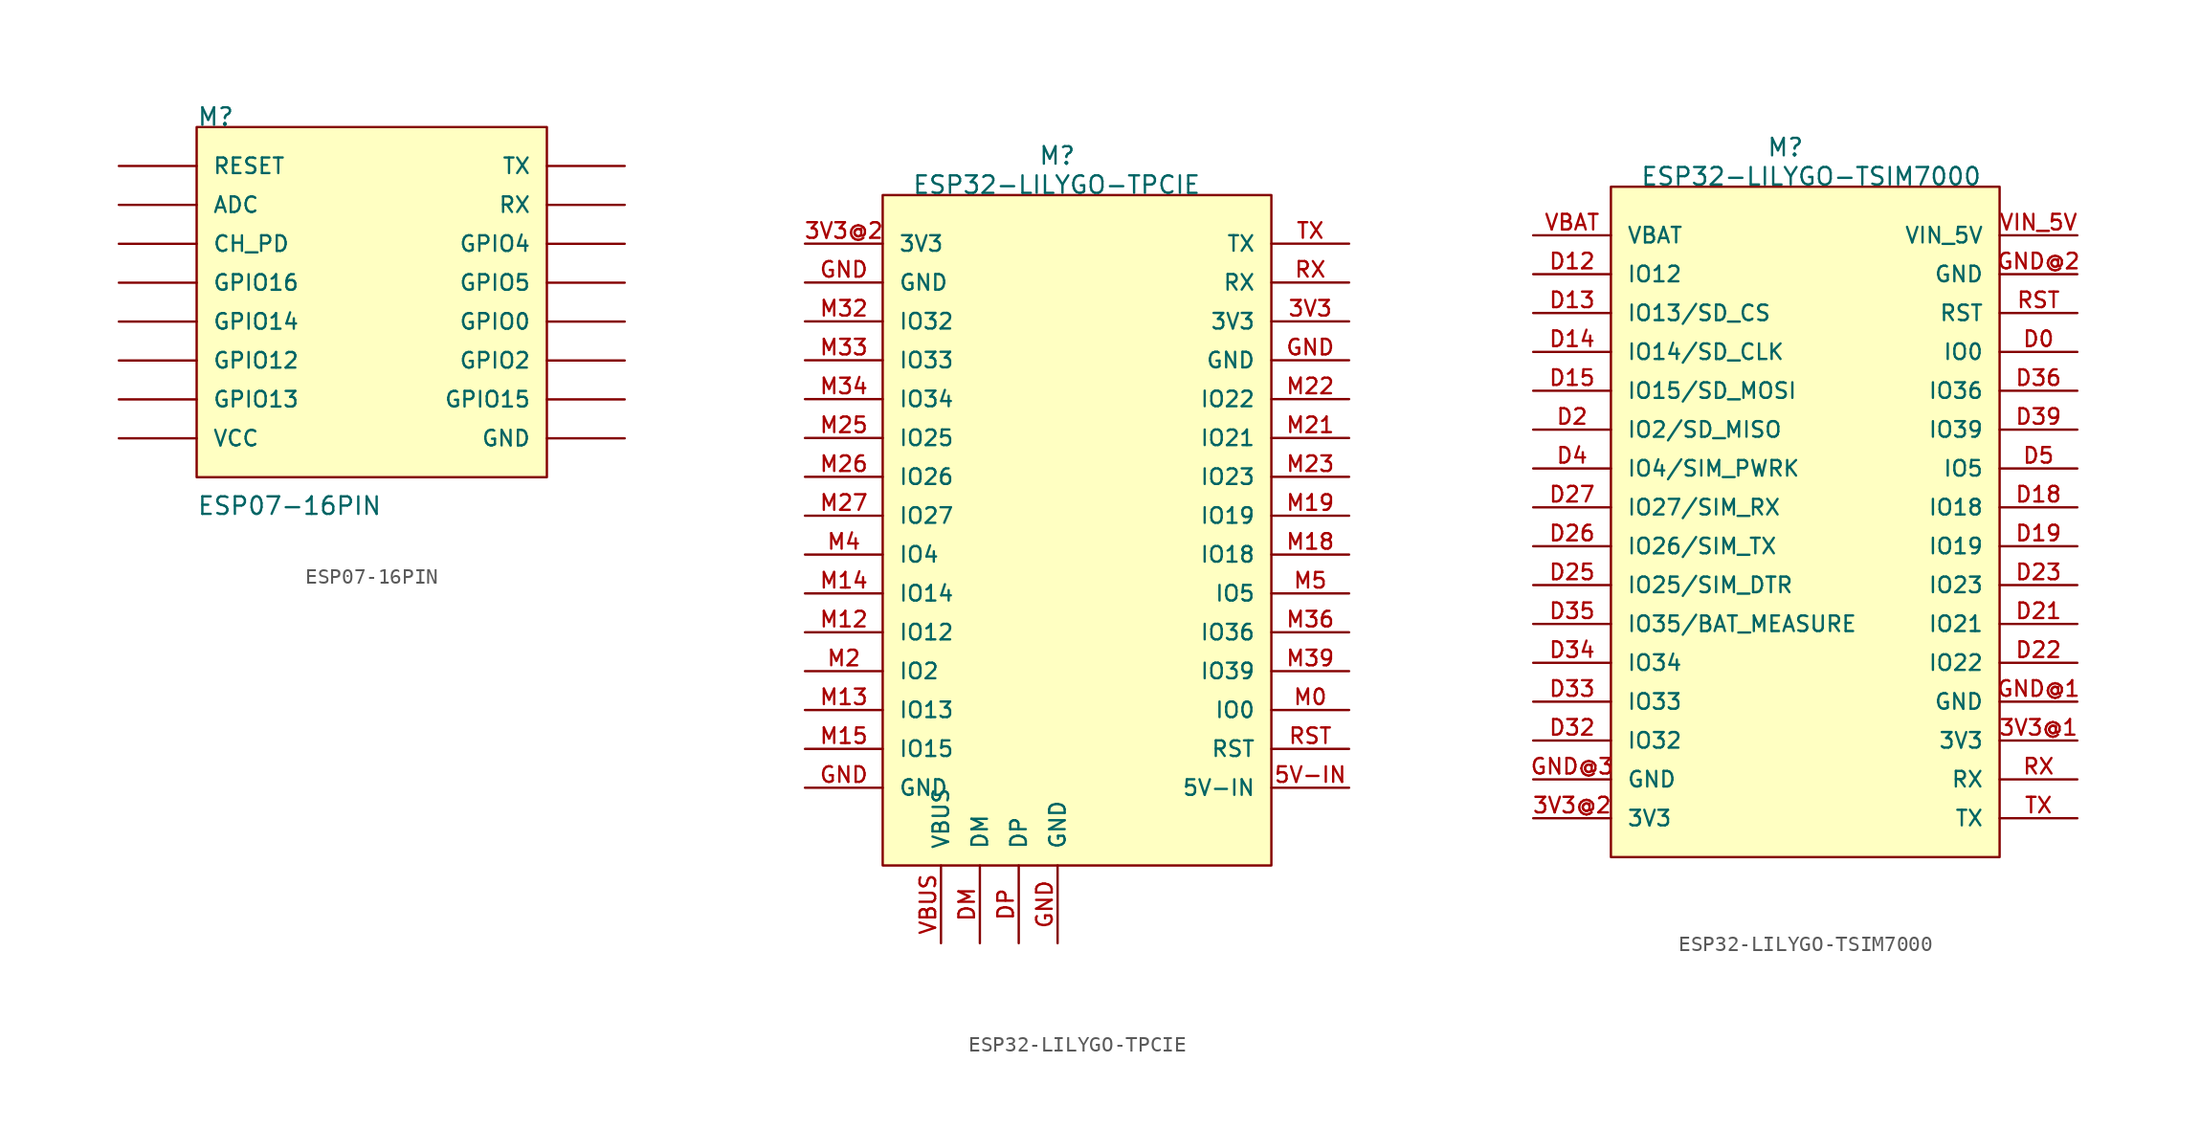
<source format=kicad_sym>
(kicad_symbol_lib
  (version 20231120)
  (generator "kicad_symbol_editor")
  (generator_version "8.0")
  (symbol "ESP07-16PIN"
    (pin_numbers hide)
    (pin_names
      (offset 1.016))
    (property "Reference" "M"
      (at -11.43 11.43 0)
      (effects (font (size 1.143 1.143)) (justify left bottom)))
    (property "Value" "ESP07-16PIN"
      (at -11.43 -13.97 0)
      (effects (font (size 1.143 1.143)) (justify left bottom)))
    (property "ki_locked" ""
      (at 0 0 0)
      (effects (font (size 1.27 1.27))))
    (symbol "ESP07-16PIN_1_1"
      (rectangle (start -11.43 11.43) (end 11.43 -11.43) (stroke (width 0) (type default)) (fill (type background)))
      (pin bidirectional line (at -16.51 6.35 0) (length 5.08) (name "ADC" (effects (font (size 1.016 1.016)))) (number "ADC" (effects (font (size 1.016 1.016)))))
      (pin bidirectional line (at -16.51 3.81 0) (length 5.08) (name "CH_PD" (effects (font (size 1.016 1.016)))) (number "CH_PD" (effects (font (size 1.016 1.016)))))
      (pin bidirectional line (at 16.51 -8.89 180) (length 5.08) (name "GND" (effects (font (size 1.016 1.016)))) (number "GND" (effects (font (size 1.016 1.016)))))
      (pin bidirectional line (at 16.51 -1.27 180) (length 5.08) (name "GPIO0" (effects (font (size 1.016 1.016)))) (number "GPIO0" (effects (font (size 1.016 1.016)))))
      (pin bidirectional line (at -16.51 -3.81 0) (length 5.08) (name "GPIO12" (effects (font (size 1.016 1.016)))) (number "GPIO12" (effects (font (size 1.016 1.016)))))
      (pin bidirectional line (at -16.51 -6.35 0) (length 5.08) (name "GPIO13" (effects (font (size 1.016 1.016)))) (number "GPIO13" (effects (font (size 1.016 1.016)))))
      (pin bidirectional line (at -16.51 -1.27 0) (length 5.08) (name "GPIO14" (effects (font (size 1.016 1.016)))) (number "GPIO14" (effects (font (size 1.016 1.016)))))
      (pin bidirectional line (at 16.51 -6.35 180) (length 5.08) (name "GPIO15" (effects (font (size 1.016 1.016)))) (number "GPIO15" (effects (font (size 1.016 1.016)))))
      (pin bidirectional line (at -16.51 1.27 0) (length 5.08) (name "GPIO16" (effects (font (size 1.016 1.016)))) (number "GPIO16" (effects (font (size 1.016 1.016)))))
      (pin bidirectional line (at 16.51 -3.81 180) (length 5.08) (name "GPIO2" (effects (font (size 1.016 1.016)))) (number "GPIO2" (effects (font (size 1.016 1.016)))))
      (pin bidirectional line (at 16.51 3.81 180) (length 5.08) (name "GPIO4" (effects (font (size 1.016 1.016)))) (number "GPIO4" (effects (font (size 1.016 1.016)))))
      (pin bidirectional line (at 16.51 1.27 180) (length 5.08) (name "GPIO5" (effects (font (size 1.016 1.016)))) (number "GPIO5" (effects (font (size 1.016 1.016)))))
      (pin bidirectional line (at -16.51 8.89 0) (length 5.08) (name "RESET" (effects (font (size 1.016 1.016)))) (number "REST" (effects (font (size 1.016 1.016)))))
      (pin bidirectional line (at 16.51 6.35 180) (length 5.08) (name "RX" (effects (font (size 1.016 1.016)))) (number "RX" (effects (font (size 1.016 1.016)))))
      (pin bidirectional line (at 16.51 8.89 180) (length 5.08) (name "TX" (effects (font (size 1.016 1.016)))) (number "TX" (effects (font (size 1.016 1.016)))))
      (pin bidirectional line (at -16.51 -8.89 0) (length 5.08) (name "VCC" (effects (font (size 1.016 1.016)))) (number "VCC" (effects (font (size 1.016 1.016)))))))
  (symbol "ESP32-LILYGO-TPCIE"
    (pin_names
      (offset 1.016))
    (property "Reference" "M"
      (at -2.54 26.67 0)
      (effects (font (size 1.143 1.143)) (justify left bottom)))
    (property "Value" "ESP32-LILYGO-TPCIE"
      (at -10.795 24.765 0)
      (effects (font (size 1.143 1.143)) (justify left bottom)))
    (symbol "ESP32-LILYGO-TPCIE_1_0"
      (rectangle (start -12.7 24.765) (end 12.7 -19.05) (stroke (width 0) (type default)) (fill (type background))))
    (symbol "ESP32-LILYGO-TPCIE_1_1"
      (pin bidirectional line (at 17.78 16.51 180) (length 5.08) (name "3V3" (effects (font (size 1.016 1.016)))) (number "3V3" (effects (font (size 1.016 1.016)))))
      (pin bidirectional line (at -17.78 21.59 0) (length 5.08) (name "3V3" (effects (font (size 1.016 1.016)))) (number "3V3@2" (effects (font (size 1.016 1.016)))))
      (pin bidirectional line (at 17.78 -13.97 180) (length 5.08) (name "5V-IN" (effects (font (size 1.016 1.016)))) (number "5V-IN" (effects (font (size 1.016 1.016)))))
      (pin bidirectional line (at -6.35 -24.13 90) (length 5.08) (name "DM" (effects (font (size 1.016 1.016)))) (number "DM" (effects (font (size 1.016 1.016)))))
      (pin bidirectional line (at -3.81 -24.13 90) (length 5.08) (name "DP" (effects (font (size 1.016 1.016)))) (number "DP" (effects (font (size 1.016 1.016)))))
      (pin bidirectional line (at -17.78 -13.97 0) (length 5.08) (name "GND" (effects (font (size 1.016 1.016)))) (number "GND" (effects (font (size 1.016 1.016)))))
      (pin bidirectional line (at -17.78 19.05 0) (length 5.08) (name "GND" (effects (font (size 1.016 1.016)))) (number "GND" (effects (font (size 1.016 1.016)))))
      (pin bidirectional line (at -1.27 -24.13 90) (length 5.08) (name "GND" (effects (font (size 1.016 1.016)))) (number "GND" (effects (font (size 1.016 1.016)))))
      (pin bidirectional line (at 17.78 13.97 180) (length 5.08) (name "GND" (effects (font (size 1.016 1.016)))) (number "GND" (effects (font (size 1.016 1.016)))))
      (pin bidirectional line (at 17.78 -8.89 180) (length 5.08) (name "IO0" (effects (font (size 1.016 1.016)))) (number "M0" (effects (font (size 1.016 1.016)))))
      (pin bidirectional line (at -17.78 -3.81 0) (length 5.08) (name "IO12" (effects (font (size 1.016 1.016)))) (number "M12" (effects (font (size 1.016 1.016)))))
      (pin bidirectional line (at -17.78 -8.89 0) (length 5.08) (name "IO13" (effects (font (size 1.016 1.016)))) (number "M13" (effects (font (size 1.016 1.016)))))
      (pin bidirectional line (at -17.78 -1.27 0) (length 5.08) (name "IO14" (effects (font (size 1.016 1.016)))) (number "M14" (effects (font (size 1.016 1.016)))))
      (pin bidirectional line (at -17.78 -11.43 0) (length 5.08) (name "IO15" (effects (font (size 1.016 1.016)))) (number "M15" (effects (font (size 1.016 1.016)))))
      (pin bidirectional line (at 17.78 1.27 180) (length 5.08) (name "IO18" (effects (font (size 1.016 1.016)))) (number "M18" (effects (font (size 1.016 1.016)))))
      (pin bidirectional line (at 17.78 3.81 180) (length 5.08) (name "IO19" (effects (font (size 1.016 1.016)))) (number "M19" (effects (font (size 1.016 1.016)))))
      (pin bidirectional line (at -17.78 -6.35 0) (length 5.08) (name "IO2" (effects (font (size 1.016 1.016)))) (number "M2" (effects (font (size 1.016 1.016)))))
      (pin bidirectional line (at 17.78 8.89 180) (length 5.08) (name "IO21" (effects (font (size 1.016 1.016)))) (number "M21" (effects (font (size 1.016 1.016)))))
      (pin bidirectional line (at 17.78 11.43 180) (length 5.08) (name "IO22" (effects (font (size 1.016 1.016)))) (number "M22" (effects (font (size 1.016 1.016)))))
      (pin bidirectional line (at 17.78 6.35 180) (length 5.08) (name "IO23" (effects (font (size 1.016 1.016)))) (number "M23" (effects (font (size 1.016 1.016)))))
      (pin bidirectional line (at -17.78 8.89 0) (length 5.08) (name "IO25" (effects (font (size 1.016 1.016)))) (number "M25" (effects (font (size 1.016 1.016)))))
      (pin bidirectional line (at -17.78 6.35 0) (length 5.08) (name "IO26" (effects (font (size 1.016 1.016)))) (number "M26" (effects (font (size 1.016 1.016)))))
      (pin bidirectional line (at -17.78 3.81 0) (length 5.08) (name "IO27" (effects (font (size 1.016 1.016)))) (number "M27" (effects (font (size 1.016 1.016)))))
      (pin bidirectional line (at -17.78 16.51 0) (length 5.08) (name "IO32" (effects (font (size 1.016 1.016)))) (number "M32" (effects (font (size 1.016 1.016)))))
      (pin bidirectional line (at -17.78 13.97 0) (length 5.08) (name "IO33" (effects (font (size 1.016 1.016)))) (number "M33" (effects (font (size 1.016 1.016)))))
      (pin bidirectional line (at -17.78 11.43 0) (length 5.08) (name "IO34" (effects (font (size 1.016 1.016)))) (number "M34" (effects (font (size 1.016 1.016)))))
      (pin bidirectional line (at 17.78 -3.81 180) (length 5.08) (name "IO36" (effects (font (size 1.016 1.016)))) (number "M36" (effects (font (size 1.016 1.016)))))
      (pin bidirectional line (at 17.78 -6.35 180) (length 5.08) (name "IO39" (effects (font (size 1.016 1.016)))) (number "M39" (effects (font (size 1.016 1.016)))))
      (pin bidirectional line (at -17.78 1.27 0) (length 5.08) (name "IO4" (effects (font (size 1.016 1.016)))) (number "M4" (effects (font (size 1.016 1.016)))))
      (pin bidirectional line (at 17.78 -1.27 180) (length 5.08) (name "IO5" (effects (font (size 1.016 1.016)))) (number "M5" (effects (font (size 1.016 1.016)))))
      (pin bidirectional line (at 17.78 -11.43 180) (length 5.08) (name "RST" (effects (font (size 1.016 1.016)))) (number "RST" (effects (font (size 1.016 1.016)))))
      (pin bidirectional line (at 17.78 19.05 180) (length 5.08) (name "RX" (effects (font (size 1.016 1.016)))) (number "RX" (effects (font (size 1.016 1.016)))))
      (pin bidirectional line (at 17.78 21.59 180) (length 5.08) (name "TX" (effects (font (size 1.016 1.016)))) (number "TX" (effects (font (size 1.016 1.016)))))
      (pin bidirectional line (at -8.89 -24.13 90) (length 5.08) (name "VBUS" (effects (font (size 1.016 1.016)))) (number "VBUS" (effects (font (size 1.016 1.016)))))))
  (symbol "ESP32-LILYGO-TSIM7000"
    (pin_names
      (offset 1.016))
    (property "Reference" "M"
      (at -2.54 26.67 0)
      (effects (font (size 1.143 1.143)) (justify left bottom)))
    (property "Value" "ESP32-LILYGO-TSIM7000"
      (at -10.795 24.765 0)
      (effects (font (size 1.143 1.143)) (justify left bottom)))
    (symbol "ESP32-LILYGO-TSIM7000_1_0"
      (rectangle (start -12.7 24.765) (end 12.7 -19.05) (stroke (width 0) (type default)) (fill (type background))))
    (symbol "ESP32-LILYGO-TSIM7000_1_1"
      (pin bidirectional line (at 17.78 -11.43 180) (length 5.08) (name "3V3" (effects (font (size 1.016 1.016)))) (number "3V3@1" (effects (font (size 1.016 1.016)))))
      (pin bidirectional line (at -17.78 -16.51 0) (length 5.08) (name "3V3" (effects (font (size 1.016 1.016)))) (number "3V3@2" (effects (font (size 1.016 1.016)))))
      (pin bidirectional line (at 17.78 13.97 180) (length 5.08) (name "IO0" (effects (font (size 1.016 1.016)))) (number "D0" (effects (font (size 1.016 1.016)))))
      (pin bidirectional line (at -17.78 19.05 0) (length 5.08) (name "IO12" (effects (font (size 1.016 1.016)))) (number "D12" (effects (font (size 1.016 1.016)))))
      (pin bidirectional line (at -17.78 16.51 0) (length 5.08) (name "IO13/SD_CS" (effects (font (size 1.016 1.016)))) (number "D13" (effects (font (size 1.016 1.016)))))
      (pin bidirectional line (at -17.78 13.97 0) (length 5.08) (name "IO14/SD_CLK" (effects (font (size 1.016 1.016)))) (number "D14" (effects (font (size 1.016 1.016)))))
      (pin bidirectional line (at -17.78 11.43 0) (length 5.08) (name "IO15/SD_MOSI" (effects (font (size 1.016 1.016)))) (number "D15" (effects (font (size 1.016 1.016)))))
      (pin bidirectional line (at 17.78 3.81 180) (length 5.08) (name "IO18" (effects (font (size 1.016 1.016)))) (number "D18" (effects (font (size 1.016 1.016)))))
      (pin bidirectional line (at 17.78 1.27 180) (length 5.08) (name "IO19" (effects (font (size 1.016 1.016)))) (number "D19" (effects (font (size 1.016 1.016)))))
      (pin bidirectional line (at -17.78 8.89 0) (length 5.08) (name "IO2/SD_MISO" (effects (font (size 1.016 1.016)))) (number "D2" (effects (font (size 1.016 1.016)))))
      (pin bidirectional line (at 17.78 -3.81 180) (length 5.08) (name "IO21" (effects (font (size 1.016 1.016)))) (number "D21" (effects (font (size 1.016 1.016)))))
      (pin bidirectional line (at 17.78 -6.35 180) (length 5.08) (name "IO22" (effects (font (size 1.016 1.016)))) (number "D22" (effects (font (size 1.016 1.016)))))
      (pin bidirectional line (at 17.78 -1.27 180) (length 5.08) (name "IO23" (effects (font (size 1.016 1.016)))) (number "D23" (effects (font (size 1.016 1.016)))))
      (pin bidirectional line (at -17.78 -1.27 0) (length 5.08) (name "IO25/SIM_DTR" (effects (font (size 1.016 1.016)))) (number "D25" (effects (font (size 1.016 1.016)))))
      (pin bidirectional line (at -17.78 1.27 0) (length 5.08) (name "IO26/SIM_TX" (effects (font (size 1.016 1.016)))) (number "D26" (effects (font (size 1.016 1.016)))))
      (pin bidirectional line (at -17.78 3.81 0) (length 5.08) (name "IO27/SIM_RX" (effects (font (size 1.016 1.016)))) (number "D27" (effects (font (size 1.016 1.016)))))
      (pin bidirectional line (at -17.78 -11.43 0) (length 5.08) (name "IO32" (effects (font (size 1.016 1.016)))) (number "D32" (effects (font (size 1.016 1.016)))))
      (pin bidirectional line (at -17.78 -8.89 0) (length 5.08) (name "IO33" (effects (font (size 1.016 1.016)))) (number "D33" (effects (font (size 1.016 1.016)))))
      (pin bidirectional line (at -17.78 -6.35 0) (length 5.08) (name "IO34" (effects (font (size 1.016 1.016)))) (number "D34" (effects (font (size 1.016 1.016)))))
      (pin bidirectional line (at -17.78 -3.81 0) (length 5.08) (name "IO35/BAT_MEASURE" (effects (font (size 1.016 1.016)))) (number "D35" (effects (font (size 1.016 1.016)))))
      (pin bidirectional line (at 17.78 11.43 180) (length 5.08) (name "IO36" (effects (font (size 1.016 1.016)))) (number "D36" (effects (font (size 1.016 1.016)))))
      (pin bidirectional line (at 17.78 8.89 180) (length 5.08) (name "IO39" (effects (font (size 1.016 1.016)))) (number "D39" (effects (font (size 1.016 1.016)))))
      (pin bidirectional line (at -17.78 6.35 0) (length 5.08) (name "IO4/SIM_PWRK" (effects (font (size 1.016 1.016)))) (number "D4" (effects (font (size 1.016 1.016)))))
      (pin bidirectional line (at 17.78 6.35 180) (length 5.08) (name "IO5" (effects (font (size 1.016 1.016)))) (number "D5" (effects (font (size 1.016 1.016)))))
      (pin bidirectional line (at 17.78 -8.89 180) (length 5.08) (name "GND" (effects (font (size 1.016 1.016)))) (number "GND@1" (effects (font (size 1.016 1.016)))))
      (pin bidirectional line (at 17.78 19.05 180) (length 5.08) (name "GND" (effects (font (size 1.016 1.016)))) (number "GND@2" (effects (font (size 1.016 1.016)))))
      (pin bidirectional line (at -17.78 -13.97 0) (length 5.08) (name "GND" (effects (font (size 1.016 1.016)))) (number "GND@3" (effects (font (size 1.016 1.016)))))
      (pin bidirectional line (at 17.78 16.51 180) (length 5.08) (name "RST" (effects (font (size 1.016 1.016)))) (number "RST" (effects (font (size 1.016 1.016)))))
      (pin bidirectional line (at 17.78 -13.97 180) (length 5.08) (name "RX" (effects (font (size 1.016 1.016)))) (number "RX" (effects (font (size 1.016 1.016)))))
      (pin bidirectional line (at 17.78 -16.51 180) (length 5.08) (name "TX" (effects (font (size 1.016 1.016)))) (number "TX" (effects (font (size 1.016 1.016)))))
      (pin bidirectional line (at -17.78 21.59 0) (length 5.08) (name "VBAT" (effects (font (size 1.016 1.016)))) (number "VBAT" (effects (font (size 1.016 1.016)))))
      (pin bidirectional line (at 17.78 21.59 180) (length 5.08) (name "VIN_5V" (effects (font (size 1.016 1.016)))) (number "VIN_5V" (effects (font (size 1.016 1.016))))))))
</source>
